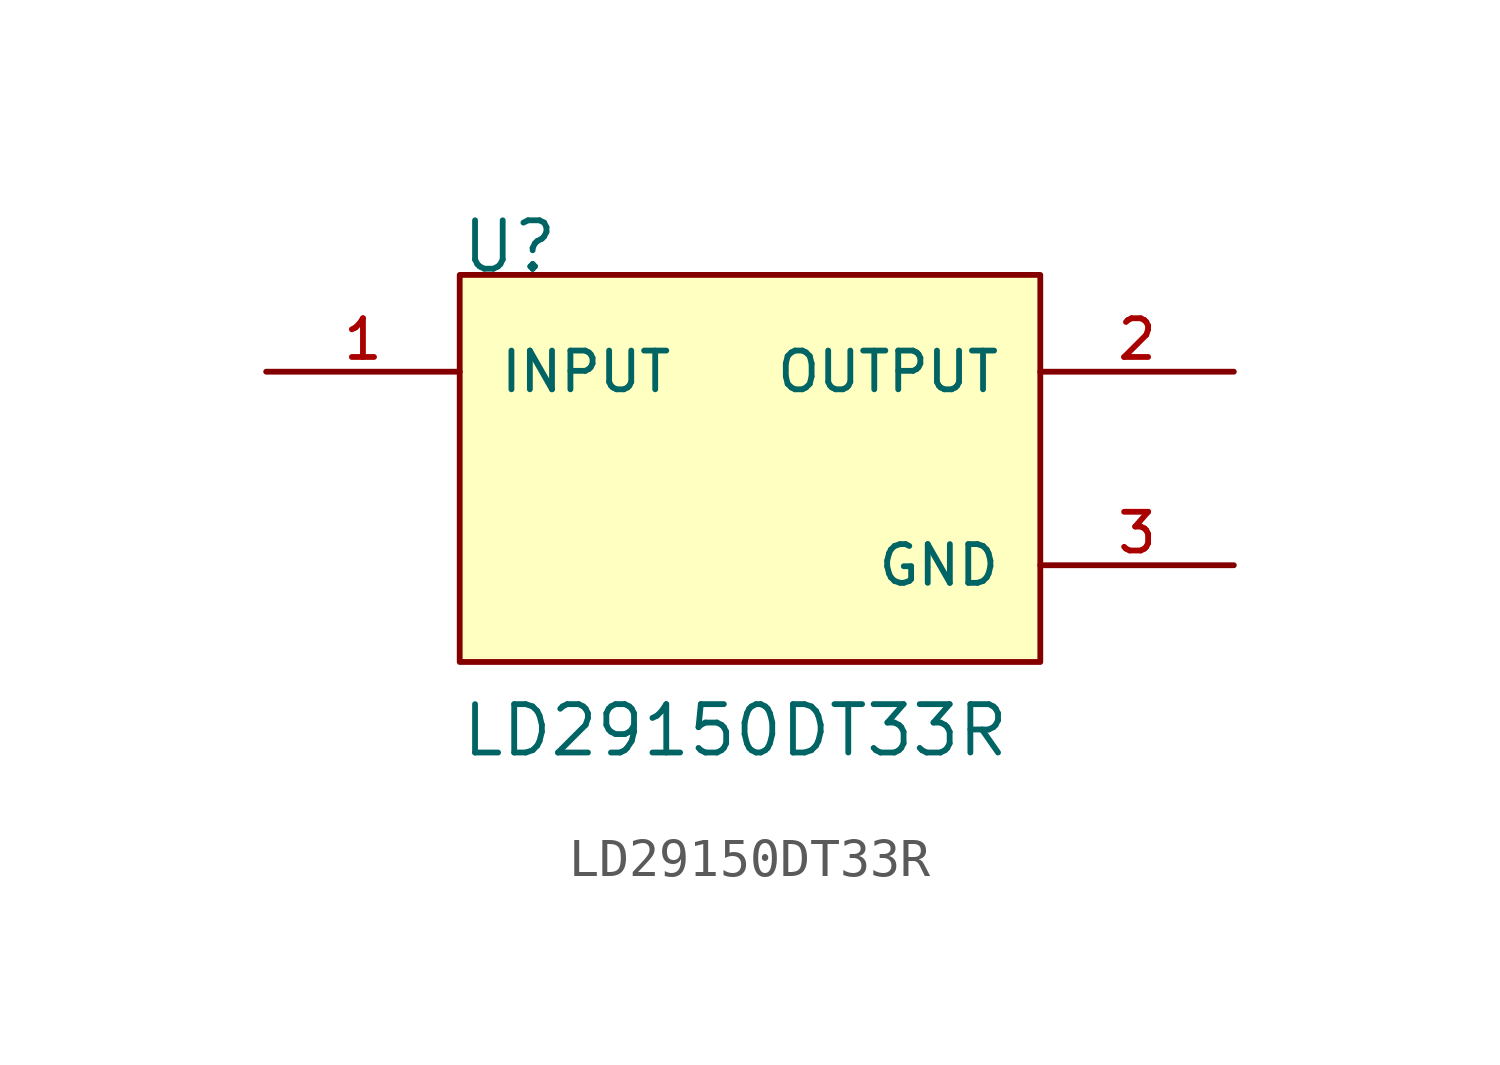
<source format=kicad_sym>
(kicad_symbol_lib
  (version 20220914)
  (generator kicad_symbol_editor)
  (symbol "LD29150DT33R"
    (pin_names
      (offset 1.016))
    (property "Reference" "U"
      (at -12.7 5.08 0)
      (effects (font (size 1.27 1.27)) (justify left bottom)))
    (property "Value" "LD29150DT33R"
      (at -12.7 -7.62 0)
      (effects (font (size 1.27 1.27)) (justify left bottom)))
    (symbol "LD29150DT33R_0_0"
      (rectangle (start -12.7 5.08) (end 2.54 -5.08) (stroke (width 0.152) (type default)) (fill (type background)))
      (pin input line (at -17.78 2.54 0) (length 5.08) (name "INPUT" (effects (font (size 1.016 1.016)))) (number "1" (effects (font (size 1.016 1.016)))))
      (pin output line (at 7.62 2.54 180) (length 5.08) (name "OUTPUT" (effects (font (size 1.016 1.016)))) (number "2" (effects (font (size 1.016 1.016)))))
      (pin power_in line (at 7.62 -2.54 180) (length 5.08) (name "GND" (effects (font (size 1.016 1.016)))) (number "3" (effects (font (size 1.016 1.016))))))))
</source>
